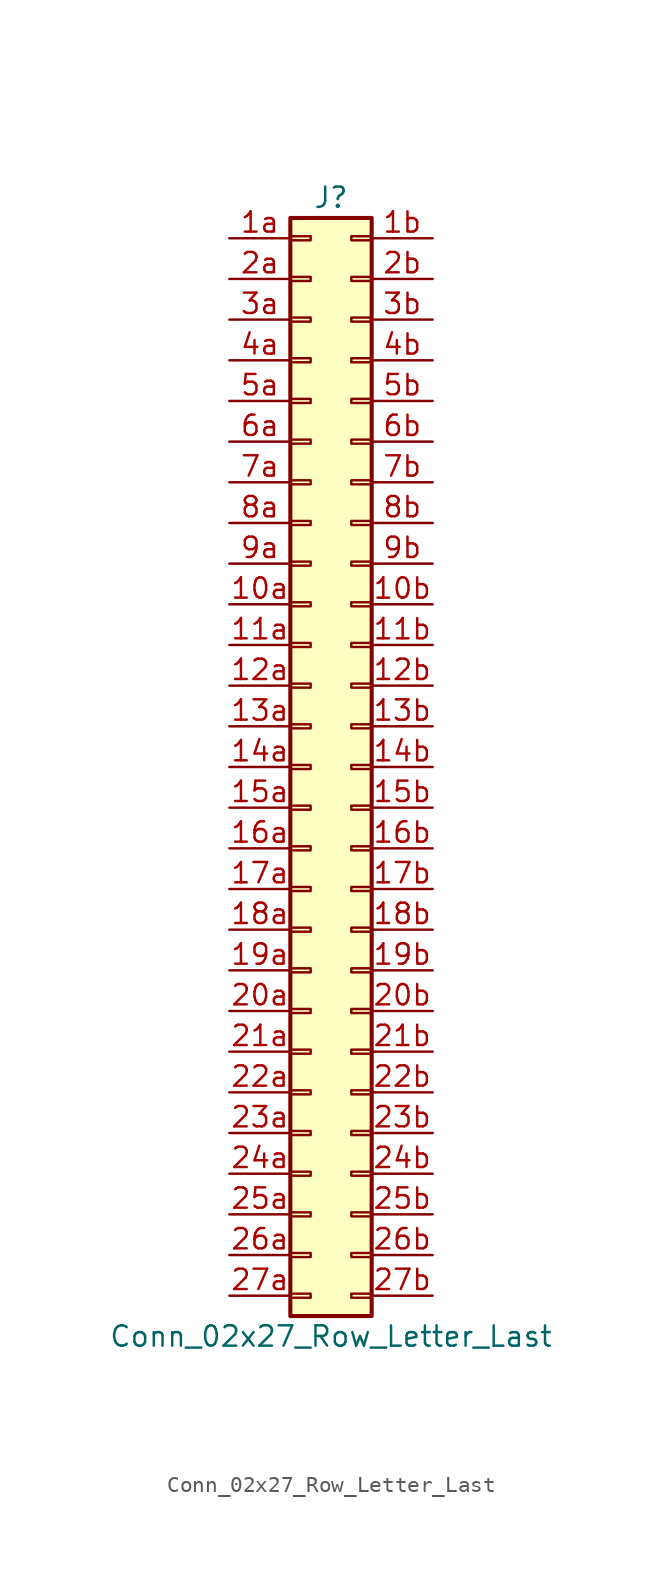
<source format=kicad_sym>
(kicad_symbol_lib
  (version 20201005)
  (generator kicad_symbol_editor)
  (symbol "Conn_02x27_Row_Letter_Last"
    (pin_names
      (offset 1.016) hide)
    (property "Reference" "J"
      (at 1.27 35.56 0)
      (effects (font (size 1.27 1.27))))
    (property "Value" "Conn_02x27_Row_Letter_Last"
      (at 1.27 -35.56 0)
      (effects (font (size 1.27 1.27))))
    (symbol "Conn_02x27_Row_Letter_Last_1_1"
      (rectangle (start -1.27 -32.893) (end 0 -33.147) (stroke (width 0.152)) (fill (type none)))
      (rectangle (start -1.27 -30.353) (end 0 -30.607) (stroke (width 0.152)) (fill (type none)))
      (rectangle (start -1.27 -27.813) (end 0 -28.067) (stroke (width 0.152)) (fill (type none)))
      (rectangle (start -1.27 -25.273) (end 0 -25.527) (stroke (width 0.152)) (fill (type none)))
      (rectangle (start -1.27 -22.733) (end 0 -22.987) (stroke (width 0.152)) (fill (type none)))
      (rectangle (start -1.27 -20.193) (end 0 -20.447) (stroke (width 0.152)) (fill (type none)))
      (rectangle (start -1.27 -17.653) (end 0 -17.907) (stroke (width 0.152)) (fill (type none)))
      (rectangle (start -1.27 -15.113) (end 0 -15.367) (stroke (width 0.152)) (fill (type none)))
      (rectangle (start -1.27 -12.573) (end 0 -12.827) (stroke (width 0.152)) (fill (type none)))
      (rectangle (start -1.27 -10.033) (end 0 -10.287) (stroke (width 0.152)) (fill (type none)))
      (rectangle (start -1.27 -7.493) (end 0 -7.747) (stroke (width 0.152)) (fill (type none)))
      (rectangle (start -1.27 -4.953) (end 0 -5.207) (stroke (width 0.152)) (fill (type none)))
      (rectangle (start -1.27 -2.413) (end 0 -2.667) (stroke (width 0.152)) (fill (type none)))
      (rectangle (start -1.27 0.127) (end 0 -0.127) (stroke (width 0.152)) (fill (type none)))
      (rectangle (start -1.27 2.667) (end 0 2.413) (stroke (width 0.152)) (fill (type none)))
      (rectangle (start -1.27 5.207) (end 0 4.953) (stroke (width 0.152)) (fill (type none)))
      (rectangle (start -1.27 7.747) (end 0 7.493) (stroke (width 0.152)) (fill (type none)))
      (rectangle (start -1.27 10.287) (end 0 10.033) (stroke (width 0.152)) (fill (type none)))
      (rectangle (start -1.27 12.827) (end 0 12.573) (stroke (width 0.152)) (fill (type none)))
      (rectangle (start -1.27 15.367) (end 0 15.113) (stroke (width 0.152)) (fill (type none)))
      (rectangle (start -1.27 17.907) (end 0 17.653) (stroke (width 0.152)) (fill (type none)))
      (rectangle (start -1.27 20.447) (end 0 20.193) (stroke (width 0.152)) (fill (type none)))
      (rectangle (start -1.27 22.987) (end 0 22.733) (stroke (width 0.152)) (fill (type none)))
      (rectangle (start -1.27 25.527) (end 0 25.273) (stroke (width 0.152)) (fill (type none)))
      (rectangle (start -1.27 28.067) (end 0 27.813) (stroke (width 0.152)) (fill (type none)))
      (rectangle (start -1.27 30.607) (end 0 30.353) (stroke (width 0.152)) (fill (type none)))
      (rectangle (start -1.27 33.147) (end 0 32.893) (stroke (width 0.152)) (fill (type none)))
      (rectangle (start -1.27 34.29) (end 3.81 -34.29) (stroke (width 0.254)) (fill (type background)))
      (rectangle (start 3.81 -32.893) (end 2.54 -33.147) (stroke (width 0.152)) (fill (type none)))
      (rectangle (start 3.81 -30.353) (end 2.54 -30.607) (stroke (width 0.152)) (fill (type none)))
      (rectangle (start 3.81 -27.813) (end 2.54 -28.067) (stroke (width 0.152)) (fill (type none)))
      (rectangle (start 3.81 -25.273) (end 2.54 -25.527) (stroke (width 0.152)) (fill (type none)))
      (rectangle (start 3.81 -22.733) (end 2.54 -22.987) (stroke (width 0.152)) (fill (type none)))
      (rectangle (start 3.81 -20.193) (end 2.54 -20.447) (stroke (width 0.152)) (fill (type none)))
      (rectangle (start 3.81 -17.653) (end 2.54 -17.907) (stroke (width 0.152)) (fill (type none)))
      (rectangle (start 3.81 -15.113) (end 2.54 -15.367) (stroke (width 0.152)) (fill (type none)))
      (rectangle (start 3.81 -12.573) (end 2.54 -12.827) (stroke (width 0.152)) (fill (type none)))
      (rectangle (start 3.81 -10.033) (end 2.54 -10.287) (stroke (width 0.152)) (fill (type none)))
      (rectangle (start 3.81 -7.493) (end 2.54 -7.747) (stroke (width 0.152)) (fill (type none)))
      (rectangle (start 3.81 -4.953) (end 2.54 -5.207) (stroke (width 0.152)) (fill (type none)))
      (rectangle (start 3.81 -2.413) (end 2.54 -2.667) (stroke (width 0.152)) (fill (type none)))
      (rectangle (start 3.81 0.127) (end 2.54 -0.127) (stroke (width 0.152)) (fill (type none)))
      (rectangle (start 3.81 2.667) (end 2.54 2.413) (stroke (width 0.152)) (fill (type none)))
      (rectangle (start 3.81 5.207) (end 2.54 4.953) (stroke (width 0.152)) (fill (type none)))
      (rectangle (start 3.81 7.747) (end 2.54 7.493) (stroke (width 0.152)) (fill (type none)))
      (rectangle (start 3.81 10.287) (end 2.54 10.033) (stroke (width 0.152)) (fill (type none)))
      (rectangle (start 3.81 12.827) (end 2.54 12.573) (stroke (width 0.152)) (fill (type none)))
      (rectangle (start 3.81 15.367) (end 2.54 15.113) (stroke (width 0.152)) (fill (type none)))
      (rectangle (start 3.81 17.907) (end 2.54 17.653) (stroke (width 0.152)) (fill (type none)))
      (rectangle (start 3.81 20.447) (end 2.54 20.193) (stroke (width 0.152)) (fill (type none)))
      (rectangle (start 3.81 22.987) (end 2.54 22.733) (stroke (width 0.152)) (fill (type none)))
      (rectangle (start 3.81 25.527) (end 2.54 25.273) (stroke (width 0.152)) (fill (type none)))
      (rectangle (start 3.81 28.067) (end 2.54 27.813) (stroke (width 0.152)) (fill (type none)))
      (rectangle (start 3.81 30.607) (end 2.54 30.353) (stroke (width 0.152)) (fill (type none)))
      (rectangle (start 3.81 33.147) (end 2.54 32.893) (stroke (width 0.152)) (fill (type none)))
      (pin passive line (at -5.08 10.16 0) (length 3.81) (name "Pin_10a" (effects (font (size 1.27 1.27)))) (number "10a" (effects (font (size 1.27 1.27)))))
      (pin passive line (at 7.62 10.16 180) (length 3.81) (name "Pin_10b" (effects (font (size 1.27 1.27)))) (number "10b" (effects (font (size 1.27 1.27)))))
      (pin passive line (at -5.08 7.62 0) (length 3.81) (name "Pin_11a" (effects (font (size 1.27 1.27)))) (number "11a" (effects (font (size 1.27 1.27)))))
      (pin passive line (at 7.62 7.62 180) (length 3.81) (name "Pin_11b" (effects (font (size 1.27 1.27)))) (number "11b" (effects (font (size 1.27 1.27)))))
      (pin passive line (at -5.08 5.08 0) (length 3.81) (name "Pin_12a" (effects (font (size 1.27 1.27)))) (number "12a" (effects (font (size 1.27 1.27)))))
      (pin passive line (at 7.62 5.08 180) (length 3.81) (name "Pin_12b" (effects (font (size 1.27 1.27)))) (number "12b" (effects (font (size 1.27 1.27)))))
      (pin passive line (at -5.08 2.54 0) (length 3.81) (name "Pin_13a" (effects (font (size 1.27 1.27)))) (number "13a" (effects (font (size 1.27 1.27)))))
      (pin passive line (at 7.62 2.54 180) (length 3.81) (name "Pin_13b" (effects (font (size 1.27 1.27)))) (number "13b" (effects (font (size 1.27 1.27)))))
      (pin passive line (at -5.08 0 0) (length 3.81) (name "Pin_14a" (effects (font (size 1.27 1.27)))) (number "14a" (effects (font (size 1.27 1.27)))))
      (pin passive line (at 7.62 0 180) (length 3.81) (name "Pin_14b" (effects (font (size 1.27 1.27)))) (number "14b" (effects (font (size 1.27 1.27)))))
      (pin passive line (at -5.08 -2.54 0) (length 3.81) (name "Pin_15a" (effects (font (size 1.27 1.27)))) (number "15a" (effects (font (size 1.27 1.27)))))
      (pin passive line (at 7.62 -2.54 180) (length 3.81) (name "Pin_15b" (effects (font (size 1.27 1.27)))) (number "15b" (effects (font (size 1.27 1.27)))))
      (pin passive line (at -5.08 -5.08 0) (length 3.81) (name "Pin_16a" (effects (font (size 1.27 1.27)))) (number "16a" (effects (font (size 1.27 1.27)))))
      (pin passive line (at 7.62 -5.08 180) (length 3.81) (name "Pin_16b" (effects (font (size 1.27 1.27)))) (number "16b" (effects (font (size 1.27 1.27)))))
      (pin passive line (at -5.08 -7.62 0) (length 3.81) (name "Pin_17a" (effects (font (size 1.27 1.27)))) (number "17a" (effects (font (size 1.27 1.27)))))
      (pin passive line (at 7.62 -7.62 180) (length 3.81) (name "Pin_17b" (effects (font (size 1.27 1.27)))) (number "17b" (effects (font (size 1.27 1.27)))))
      (pin passive line (at -5.08 -10.16 0) (length 3.81) (name "Pin_18a" (effects (font (size 1.27 1.27)))) (number "18a" (effects (font (size 1.27 1.27)))))
      (pin passive line (at 7.62 -10.16 180) (length 3.81) (name "Pin_18b" (effects (font (size 1.27 1.27)))) (number "18b" (effects (font (size 1.27 1.27)))))
      (pin passive line (at -5.08 -12.7 0) (length 3.81) (name "Pin_19a" (effects (font (size 1.27 1.27)))) (number "19a" (effects (font (size 1.27 1.27)))))
      (pin passive line (at 7.62 -12.7 180) (length 3.81) (name "Pin_19b" (effects (font (size 1.27 1.27)))) (number "19b" (effects (font (size 1.27 1.27)))))
      (pin passive line (at -5.08 33.02 0) (length 3.81) (name "Pin_1a" (effects (font (size 1.27 1.27)))) (number "1a" (effects (font (size 1.27 1.27)))))
      (pin passive line (at 7.62 33.02 180) (length 3.81) (name "Pin_1b" (effects (font (size 1.27 1.27)))) (number "1b" (effects (font (size 1.27 1.27)))))
      (pin passive line (at -5.08 -15.24 0) (length 3.81) (name "Pin_20a" (effects (font (size 1.27 1.27)))) (number "20a" (effects (font (size 1.27 1.27)))))
      (pin passive line (at 7.62 -15.24 180) (length 3.81) (name "Pin_20b" (effects (font (size 1.27 1.27)))) (number "20b" (effects (font (size 1.27 1.27)))))
      (pin passive line (at -5.08 -17.78 0) (length 3.81) (name "Pin_21a" (effects (font (size 1.27 1.27)))) (number "21a" (effects (font (size 1.27 1.27)))))
      (pin passive line (at 7.62 -17.78 180) (length 3.81) (name "Pin_21b" (effects (font (size 1.27 1.27)))) (number "21b" (effects (font (size 1.27 1.27)))))
      (pin passive line (at -5.08 -20.32 0) (length 3.81) (name "Pin_22a" (effects (font (size 1.27 1.27)))) (number "22a" (effects (font (size 1.27 1.27)))))
      (pin passive line (at 7.62 -20.32 180) (length 3.81) (name "Pin_22b" (effects (font (size 1.27 1.27)))) (number "22b" (effects (font (size 1.27 1.27)))))
      (pin passive line (at -5.08 -22.86 0) (length 3.81) (name "Pin_23a" (effects (font (size 1.27 1.27)))) (number "23a" (effects (font (size 1.27 1.27)))))
      (pin passive line (at 7.62 -22.86 180) (length 3.81) (name "Pin_23b" (effects (font (size 1.27 1.27)))) (number "23b" (effects (font (size 1.27 1.27)))))
      (pin passive line (at -5.08 -25.4 0) (length 3.81) (name "Pin_24a" (effects (font (size 1.27 1.27)))) (number "24a" (effects (font (size 1.27 1.27)))))
      (pin passive line (at 7.62 -25.4 180) (length 3.81) (name "Pin_24b" (effects (font (size 1.27 1.27)))) (number "24b" (effects (font (size 1.27 1.27)))))
      (pin passive line (at -5.08 -27.94 0) (length 3.81) (name "Pin_25a" (effects (font (size 1.27 1.27)))) (number "25a" (effects (font (size 1.27 1.27)))))
      (pin passive line (at 7.62 -27.94 180) (length 3.81) (name "Pin_25b" (effects (font (size 1.27 1.27)))) (number "25b" (effects (font (size 1.27 1.27)))))
      (pin passive line (at -5.08 -30.48 0) (length 3.81) (name "Pin_26a" (effects (font (size 1.27 1.27)))) (number "26a" (effects (font (size 1.27 1.27)))))
      (pin passive line (at 7.62 -30.48 180) (length 3.81) (name "Pin_26b" (effects (font (size 1.27 1.27)))) (number "26b" (effects (font (size 1.27 1.27)))))
      (pin passive line (at -5.08 -33.02 0) (length 3.81) (name "Pin_27a" (effects (font (size 1.27 1.27)))) (number "27a" (effects (font (size 1.27 1.27)))))
      (pin passive line (at 7.62 -33.02 180) (length 3.81) (name "Pin_27b" (effects (font (size 1.27 1.27)))) (number "27b" (effects (font (size 1.27 1.27)))))
      (pin passive line (at -5.08 30.48 0) (length 3.81) (name "Pin_2a" (effects (font (size 1.27 1.27)))) (number "2a" (effects (font (size 1.27 1.27)))))
      (pin passive line (at 7.62 30.48 180) (length 3.81) (name "Pin_2b" (effects (font (size 1.27 1.27)))) (number "2b" (effects (font (size 1.27 1.27)))))
      (pin passive line (at -5.08 27.94 0) (length 3.81) (name "Pin_3a" (effects (font (size 1.27 1.27)))) (number "3a" (effects (font (size 1.27 1.27)))))
      (pin passive line (at 7.62 27.94 180) (length 3.81) (name "Pin_3b" (effects (font (size 1.27 1.27)))) (number "3b" (effects (font (size 1.27 1.27)))))
      (pin passive line (at -5.08 25.4 0) (length 3.81) (name "Pin_4a" (effects (font (size 1.27 1.27)))) (number "4a" (effects (font (size 1.27 1.27)))))
      (pin passive line (at 7.62 25.4 180) (length 3.81) (name "Pin_4b" (effects (font (size 1.27 1.27)))) (number "4b" (effects (font (size 1.27 1.27)))))
      (pin passive line (at -5.08 22.86 0) (length 3.81) (name "Pin_5a" (effects (font (size 1.27 1.27)))) (number "5a" (effects (font (size 1.27 1.27)))))
      (pin passive line (at 7.62 22.86 180) (length 3.81) (name "Pin_5b" (effects (font (size 1.27 1.27)))) (number "5b" (effects (font (size 1.27 1.27)))))
      (pin passive line (at -5.08 20.32 0) (length 3.81) (name "Pin_6a" (effects (font (size 1.27 1.27)))) (number "6a" (effects (font (size 1.27 1.27)))))
      (pin passive line (at 7.62 20.32 180) (length 3.81) (name "Pin_6b" (effects (font (size 1.27 1.27)))) (number "6b" (effects (font (size 1.27 1.27)))))
      (pin passive line (at -5.08 17.78 0) (length 3.81) (name "Pin_7a" (effects (font (size 1.27 1.27)))) (number "7a" (effects (font (size 1.27 1.27)))))
      (pin passive line (at 7.62 17.78 180) (length 3.81) (name "Pin_7b" (effects (font (size 1.27 1.27)))) (number "7b" (effects (font (size 1.27 1.27)))))
      (pin passive line (at -5.08 15.24 0) (length 3.81) (name "Pin_8a" (effects (font (size 1.27 1.27)))) (number "8a" (effects (font (size 1.27 1.27)))))
      (pin passive line (at 7.62 15.24 180) (length 3.81) (name "Pin_8b" (effects (font (size 1.27 1.27)))) (number "8b" (effects (font (size 1.27 1.27)))))
      (pin passive line (at -5.08 12.7 0) (length 3.81) (name "Pin_9a" (effects (font (size 1.27 1.27)))) (number "9a" (effects (font (size 1.27 1.27)))))
      (pin passive line (at 7.62 12.7 180) (length 3.81) (name "Pin_9b" (effects (font (size 1.27 1.27)))) (number "9b" (effects (font (size 1.27 1.27))))))))
</source>
